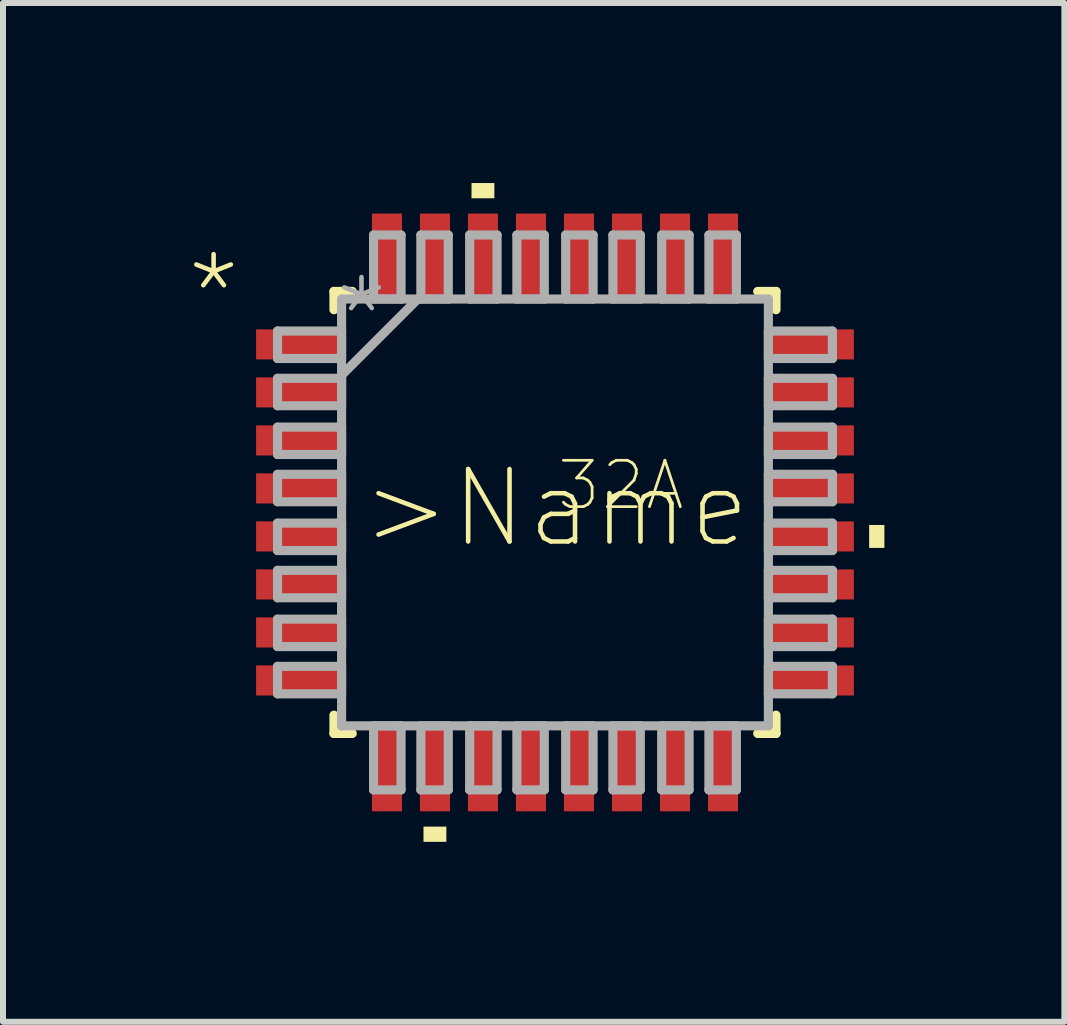
<source format=kicad_pcb>
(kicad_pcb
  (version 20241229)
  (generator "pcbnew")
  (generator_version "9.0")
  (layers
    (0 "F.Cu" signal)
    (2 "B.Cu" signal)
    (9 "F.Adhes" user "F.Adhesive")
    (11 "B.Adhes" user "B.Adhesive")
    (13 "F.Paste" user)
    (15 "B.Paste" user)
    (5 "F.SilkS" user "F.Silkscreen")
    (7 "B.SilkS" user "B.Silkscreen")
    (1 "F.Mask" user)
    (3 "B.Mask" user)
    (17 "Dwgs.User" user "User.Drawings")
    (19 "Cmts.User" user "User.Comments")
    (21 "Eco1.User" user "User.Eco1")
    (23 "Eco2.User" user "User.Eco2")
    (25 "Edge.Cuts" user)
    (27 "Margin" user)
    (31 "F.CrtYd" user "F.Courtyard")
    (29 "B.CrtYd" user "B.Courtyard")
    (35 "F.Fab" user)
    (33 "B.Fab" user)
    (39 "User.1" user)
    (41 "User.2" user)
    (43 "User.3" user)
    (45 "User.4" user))
  (footprint "32A"
    (layer "F.Cu")
    (at 6.198 5.489)
    (property "Reference" "32A" (at 0 0 180) (layer "F.SilkS") (effects (font (size 0.772 0.772) (thickness 0.046)) (justify left bottom)))
    (attr through_hole)
    (fp_line (start -3.683 -3.683) (end -3.683 -3.378) (stroke (width 0.152) (type solid)) (layer "F.SilkS"))
    (fp_line (start -3.683 3.378) (end -3.683 3.683) (stroke (width 0.152) (type solid)) (layer "F.SilkS"))
    (fp_line (start -3.683 3.683) (end -3.378 3.683) (stroke (width 0.152) (type solid)) (layer "F.SilkS"))
    (fp_line (start -3.378 -3.683) (end -3.683 -3.683) (stroke (width 0.152) (type solid)) (layer "F.SilkS"))
    (fp_line (start 3.378 3.683) (end 3.683 3.683) (stroke (width 0.152) (type solid)) (layer "F.SilkS"))
    (fp_line (start 3.683 -3.683) (end 3.378 -3.683) (stroke (width 0.152) (type solid)) (layer "F.SilkS"))
    (fp_line (start 3.683 -3.378) (end 3.683 -3.683) (stroke (width 0.152) (type solid)) (layer "F.SilkS"))
    (fp_line (start 3.683 3.683) (end 3.683 3.378) (stroke (width 0.152) (type solid)) (layer "F.SilkS"))
    (fp_poly (pts (xy -2.191 5.235) (xy -2.191 5.489) (xy -1.81 5.489) (xy -1.81 5.235)) (stroke (width 0) (type solid)) (fill yes) (layer "F.SilkS"))
    (fp_poly (pts (xy -1.391 -5.235) (xy -1.391 -5.489) (xy -1.01 -5.489) (xy -1.01 -5.235)) (stroke (width 0) (type solid)) (fill yes) (layer "F.SilkS"))
    (fp_poly (pts (xy 5.489 0.209) (xy 5.489 0.591) (xy 5.235 0.591) (xy 5.235 0.209)) (stroke (width 0) (type solid)) (fill yes) (layer "F.SilkS"))
    (fp_line (start -4.623 -3.023) (end -4.623 -2.565) (stroke (width 0.152) (type solid)) (layer "F.Fab"))
    (fp_line (start -4.623 -2.565) (end -3.556 -2.565) (stroke (width 0.152) (type solid)) (layer "F.Fab"))
    (fp_line (start -4.623 -2.235) (end -4.623 -1.778) (stroke (width 0.152) (type solid)) (layer "F.Fab"))
    (fp_line (start -4.623 -1.778) (end -3.556 -1.778) (stroke (width 0.152) (type solid)) (layer "F.Fab"))
    (fp_line (start -4.623 -1.422) (end -4.623 -0.965) (stroke (width 0.152) (type solid)) (layer "F.Fab"))
    (fp_line (start -4.623 -0.965) (end -3.556 -0.965) (stroke (width 0.152) (type solid)) (layer "F.Fab"))
    (fp_line (start -4.623 -0.635) (end -4.623 -0.178) (stroke (width 0.152) (type solid)) (layer "F.Fab"))
    (fp_line (start -4.623 -0.178) (end -3.556 -0.178) (stroke (width 0.152) (type solid)) (layer "F.Fab"))
    (fp_line (start -4.623 0.178) (end -4.623 0.635) (stroke (width 0.152) (type solid)) (layer "F.Fab"))
    (fp_line (start -4.623 0.635) (end -3.556 0.635) (stroke (width 0.152) (type solid)) (layer "F.Fab"))
    (fp_line (start -4.623 0.965) (end -4.623 1.422) (stroke (width 0.152) (type solid)) (layer "F.Fab"))
    (fp_line (start -4.623 1.422) (end -3.556 1.422) (stroke (width 0.152) (type solid)) (layer "F.Fab"))
    (fp_line (start -4.623 1.778) (end -4.623 2.235) (stroke (width 0.152) (type solid)) (layer "F.Fab"))
    (fp_line (start -4.623 2.235) (end -3.556 2.235) (stroke (width 0.152) (type solid)) (layer "F.Fab"))
    (fp_line (start -4.623 2.565) (end -4.623 3.023) (stroke (width 0.152) (type solid)) (layer "F.Fab"))
    (fp_line (start -4.623 3.023) (end -3.556 3.023) (stroke (width 0.152) (type solid)) (layer "F.Fab"))
    (fp_line (start -3.556 -3.556) (end -3.556 3.556) (stroke (width 0.152) (type solid)) (layer "F.Fab"))
    (fp_line (start -3.556 -3.023) (end -4.623 -3.023) (stroke (width 0.152) (type solid)) (layer "F.Fab"))
    (fp_line (start -3.556 -2.565) (end -3.556 -3.023) (stroke (width 0.152) (type solid)) (layer "F.Fab"))
    (fp_line (start -3.556 -2.286) (end -2.286 -3.556) (stroke (width 0.152) (type solid)) (layer "F.Fab"))
    (fp_line (start -3.556 -2.235) (end -4.623 -2.235) (stroke (width 0.152) (type solid)) (layer "F.Fab"))
    (fp_line (start -3.556 -1.778) (end -3.556 -2.235) (stroke (width 0.152) (type solid)) (layer "F.Fab"))
    (fp_line (start -3.556 -1.422) (end -4.623 -1.422) (stroke (width 0.152) (type solid)) (layer "F.Fab"))
    (fp_line (start -3.556 -0.965) (end -3.556 -1.422) (stroke (width 0.152) (type solid)) (layer "F.Fab"))
    (fp_line (start -3.556 -0.635) (end -4.623 -0.635) (stroke (width 0.152) (type solid)) (layer "F.Fab"))
    (fp_line (start -3.556 -0.178) (end -3.556 -0.635) (stroke (width 0.152) (type solid)) (layer "F.Fab"))
    (fp_line (start -3.556 0.178) (end -4.623 0.178) (stroke (width 0.152) (type solid)) (layer "F.Fab"))
    (fp_line (start -3.556 0.635) (end -3.556 0.178) (stroke (width 0.152) (type solid)) (layer "F.Fab"))
    (fp_line (start -3.556 0.965) (end -4.623 0.965) (stroke (width 0.152) (type solid)) (layer "F.Fab"))
    (fp_line (start -3.556 1.422) (end -3.556 0.965) (stroke (width 0.152) (type solid)) (layer "F.Fab"))
    (fp_line (start -3.556 1.778) (end -4.623 1.778) (stroke (width 0.152) (type solid)) (layer "F.Fab"))
    (fp_line (start -3.556 2.235) (end -3.556 1.778) (stroke (width 0.152) (type solid)) (layer "F.Fab"))
    (fp_line (start -3.556 2.565) (end -4.623 2.565) (stroke (width 0.152) (type solid)) (layer "F.Fab"))
    (fp_line (start -3.556 3.023) (end -3.556 2.565) (stroke (width 0.152) (type solid)) (layer "F.Fab"))
    (fp_line (start -3.556 3.556) (end 3.556 3.556) (stroke (width 0.152) (type solid)) (layer "F.Fab"))
    (fp_line (start -3.023 -4.623) (end -3.023 -3.556) (stroke (width 0.152) (type solid)) (layer "F.Fab"))
    (fp_line (start -3.023 -3.556) (end -2.565 -3.556) (stroke (width 0.152) (type solid)) (layer "F.Fab"))
    (fp_line (start -3.023 3.556) (end -3.023 4.623) (stroke (width 0.152) (type solid)) (layer "F.Fab"))
    (fp_line (start -3.023 4.623) (end -2.565 4.623) (stroke (width 0.152) (type solid)) (layer "F.Fab"))
    (fp_line (start -2.565 -4.623) (end -3.023 -4.623) (stroke (width 0.152) (type solid)) (layer "F.Fab"))
    (fp_line (start -2.565 -3.556) (end -2.565 -4.623) (stroke (width 0.152) (type solid)) (layer "F.Fab"))
    (fp_line (start -2.565 3.556) (end -3.023 3.556) (stroke (width 0.152) (type solid)) (layer "F.Fab"))
    (fp_line (start -2.565 4.623) (end -2.565 3.556) (stroke (width 0.152) (type solid)) (layer "F.Fab"))
    (fp_line (start -2.235 -4.623) (end -2.235 -3.556) (stroke (width 0.152) (type solid)) (layer "F.Fab"))
    (fp_line (start -2.235 -3.556) (end -1.778 -3.556) (stroke (width 0.152) (type solid)) (layer "F.Fab"))
    (fp_line (start -2.235 3.556) (end -2.235 4.623) (stroke (width 0.152) (type solid)) (layer "F.Fab"))
    (fp_line (start -2.235 4.623) (end -1.778 4.623) (stroke (width 0.152) (type solid)) (layer "F.Fab"))
    (fp_line (start -1.778 -4.623) (end -2.235 -4.623) (stroke (width 0.152) (type solid)) (layer "F.Fab"))
    (fp_line (start -1.778 -3.556) (end -1.778 -4.623) (stroke (width 0.152) (type solid)) (layer "F.Fab"))
    (fp_line (start -1.778 3.556) (end -2.235 3.556) (stroke (width 0.152) (type solid)) (layer "F.Fab"))
    (fp_line (start -1.778 4.623) (end -1.778 3.556) (stroke (width 0.152) (type solid)) (layer "F.Fab"))
    (fp_line (start -1.422 -4.623) (end -1.422 -3.556) (stroke (width 0.152) (type solid)) (layer "F.Fab"))
    (fp_line (start -1.422 -3.556) (end -0.965 -3.556) (stroke (width 0.152) (type solid)) (layer "F.Fab"))
    (fp_line (start -1.422 3.556) (end -1.422 4.623) (stroke (width 0.152) (type solid)) (layer "F.Fab"))
    (fp_line (start -1.422 4.623) (end -0.965 4.623) (stroke (width 0.152) (type solid)) (layer "F.Fab"))
    (fp_line (start -0.965 -4.623) (end -1.422 -4.623) (stroke (width 0.152) (type solid)) (layer "F.Fab"))
    (fp_line (start -0.965 -3.556) (end -0.965 -4.623) (stroke (width 0.152) (type solid)) (layer "F.Fab"))
    (fp_line (start -0.965 3.556) (end -1.422 3.556) (stroke (width 0.152) (type solid)) (layer "F.Fab"))
    (fp_line (start -0.965 4.623) (end -0.965 3.556) (stroke (width 0.152) (type solid)) (layer "F.Fab"))
    (fp_line (start -0.635 -4.623) (end -0.635 -3.556) (stroke (width 0.152) (type solid)) (layer "F.Fab"))
    (fp_line (start -0.635 -3.556) (end -0.178 -3.556) (stroke (width 0.152) (type solid)) (layer "F.Fab"))
    (fp_line (start -0.635 3.556) (end -0.635 4.623) (stroke (width 0.152) (type solid)) (layer "F.Fab"))
    (fp_line (start -0.635 4.623) (end -0.178 4.623) (stroke (width 0.152) (type solid)) (layer "F.Fab"))
    (fp_line (start -0.178 -4.623) (end -0.635 -4.623) (stroke (width 0.152) (type solid)) (layer "F.Fab"))
    (fp_line (start -0.178 -3.556) (end -0.178 -4.623) (stroke (width 0.152) (type solid)) (layer "F.Fab"))
    (fp_line (start -0.178 3.556) (end -0.635 3.556) (stroke (width 0.152) (type solid)) (layer "F.Fab"))
    (fp_line (start -0.178 4.623) (end -0.178 3.556) (stroke (width 0.152) (type solid)) (layer "F.Fab"))
    (fp_line (start 0.178 -4.623) (end 0.178 -3.556) (stroke (width 0.152) (type solid)) (layer "F.Fab"))
    (fp_line (start 0.178 -3.556) (end 0.635 -3.556) (stroke (width 0.152) (type solid)) (layer "F.Fab"))
    (fp_line (start 0.178 3.556) (end 0.178 4.623) (stroke (width 0.152) (type solid)) (layer "F.Fab"))
    (fp_line (start 0.178 4.623) (end 0.635 4.623) (stroke (width 0.152) (type solid)) (layer "F.Fab"))
    (fp_line (start 0.635 -4.623) (end 0.178 -4.623) (stroke (width 0.152) (type solid)) (layer "F.Fab"))
    (fp_line (start 0.635 -3.556) (end 0.635 -4.623) (stroke (width 0.152) (type solid)) (layer "F.Fab"))
    (fp_line (start 0.635 3.556) (end 0.178 3.556) (stroke (width 0.152) (type solid)) (layer "F.Fab"))
    (fp_line (start 0.635 4.623) (end 0.635 3.556) (stroke (width 0.152) (type solid)) (layer "F.Fab"))
    (fp_line (start 0.965 -4.623) (end 0.965 -3.556) (stroke (width 0.152) (type solid)) (layer "F.Fab"))
    (fp_line (start 0.965 -3.556) (end 1.422 -3.556) (stroke (width 0.152) (type solid)) (layer "F.Fab"))
    (fp_line (start 0.965 3.556) (end 0.965 4.623) (stroke (width 0.152) (type solid)) (layer "F.Fab"))
    (fp_line (start 0.965 4.623) (end 1.422 4.623) (stroke (width 0.152) (type solid)) (layer "F.Fab"))
    (fp_line (start 1.422 -4.623) (end 0.965 -4.623) (stroke (width 0.152) (type solid)) (layer "F.Fab"))
    (fp_line (start 1.422 -3.556) (end 1.422 -4.623) (stroke (width 0.152) (type solid)) (layer "F.Fab"))
    (fp_line (start 1.422 3.556) (end 0.965 3.556) (stroke (width 0.152) (type solid)) (layer "F.Fab"))
    (fp_line (start 1.422 4.623) (end 1.422 3.556) (stroke (width 0.152) (type solid)) (layer "F.Fab"))
    (fp_line (start 1.778 -4.623) (end 1.778 -3.556) (stroke (width 0.152) (type solid)) (layer "F.Fab"))
    (fp_line (start 1.778 -3.556) (end 2.235 -3.556) (stroke (width 0.152) (type solid)) (layer "F.Fab"))
    (fp_line (start 1.778 3.556) (end 1.778 4.623) (stroke (width 0.152) (type solid)) (layer "F.Fab"))
    (fp_line (start 1.778 4.623) (end 2.235 4.623) (stroke (width 0.152) (type solid)) (layer "F.Fab"))
    (fp_line (start 2.235 -4.623) (end 1.778 -4.623) (stroke (width 0.152) (type solid)) (layer "F.Fab"))
    (fp_line (start 2.235 -3.556) (end 2.235 -4.623) (stroke (width 0.152) (type solid)) (layer "F.Fab"))
    (fp_line (start 2.235 3.556) (end 1.778 3.556) (stroke (width 0.152) (type solid)) (layer "F.Fab"))
    (fp_line (start 2.235 4.623) (end 2.235 3.556) (stroke (width 0.152) (type solid)) (layer "F.Fab"))
    (fp_line (start 2.565 -4.623) (end 2.565 -3.556) (stroke (width 0.152) (type solid)) (layer "F.Fab"))
    (fp_line (start 2.565 -3.556) (end 3.023 -3.556) (stroke (width 0.152) (type solid)) (layer "F.Fab"))
    (fp_line (start 2.565 3.556) (end 2.565 4.623) (stroke (width 0.152) (type solid)) (layer "F.Fab"))
    (fp_line (start 2.565 4.623) (end 3.023 4.623) (stroke (width 0.152) (type solid)) (layer "F.Fab"))
    (fp_line (start 3.023 -4.623) (end 2.565 -4.623) (stroke (width 0.152) (type solid)) (layer "F.Fab"))
    (fp_line (start 3.023 -3.556) (end 3.023 -4.623) (stroke (width 0.152) (type solid)) (layer "F.Fab"))
    (fp_line (start 3.023 3.556) (end 2.565 3.556) (stroke (width 0.152) (type solid)) (layer "F.Fab"))
    (fp_line (start 3.023 4.623) (end 3.023 3.556) (stroke (width 0.152) (type solid)) (layer "F.Fab"))
    (fp_line (start 3.556 -3.556) (end -3.556 -3.556) (stroke (width 0.152) (type solid)) (layer "F.Fab"))
    (fp_line (start 3.556 -3.023) (end 3.556 -2.565) (stroke (width 0.152) (type solid)) (layer "F.Fab"))
    (fp_line (start 3.556 -2.565) (end 4.623 -2.565) (stroke (width 0.152) (type solid)) (layer "F.Fab"))
    (fp_line (start 3.556 -2.235) (end 3.556 -1.778) (stroke (width 0.152) (type solid)) (layer "F.Fab"))
    (fp_line (start 3.556 -1.778) (end 4.623 -1.778) (stroke (width 0.152) (type solid)) (layer "F.Fab"))
    (fp_line (start 3.556 -1.422) (end 3.556 -0.965) (stroke (width 0.152) (type solid)) (layer "F.Fab"))
    (fp_line (start 3.556 -0.965) (end 4.623 -0.965) (stroke (width 0.152) (type solid)) (layer "F.Fab"))
    (fp_line (start 3.556 -0.635) (end 3.556 -0.178) (stroke (width 0.152) (type solid)) (layer "F.Fab"))
    (fp_line (start 3.556 -0.178) (end 4.623 -0.178) (stroke (width 0.152) (type solid)) (layer "F.Fab"))
    (fp_line (start 3.556 0.178) (end 3.556 0.635) (stroke (width 0.152) (type solid)) (layer "F.Fab"))
    (fp_line (start 3.556 0.635) (end 4.623 0.635) (stroke (width 0.152) (type solid)) (layer "F.Fab"))
    (fp_line (start 3.556 0.965) (end 3.556 1.422) (stroke (width 0.152) (type solid)) (layer "F.Fab"))
    (fp_line (start 3.556 1.422) (end 4.623 1.422) (stroke (width 0.152) (type solid)) (layer "F.Fab"))
    (fp_line (start 3.556 1.778) (end 3.556 2.235) (stroke (width 0.152) (type solid)) (layer "F.Fab"))
    (fp_line (start 3.556 2.235) (end 4.623 2.235) (stroke (width 0.152) (type solid)) (layer "F.Fab"))
    (fp_line (start 3.556 2.565) (end 3.556 3.023) (stroke (width 0.152) (type solid)) (layer "F.Fab"))
    (fp_line (start 3.556 3.023) (end 4.623 3.023) (stroke (width 0.152) (type solid)) (layer "F.Fab"))
    (fp_line (start 3.556 3.556) (end 3.556 -3.556) (stroke (width 0.152) (type solid)) (layer "F.Fab"))
    (fp_line (start 4.623 -3.023) (end 3.556 -3.023) (stroke (width 0.152) (type solid)) (layer "F.Fab"))
    (fp_line (start 4.623 -2.565) (end 4.623 -3.023) (stroke (width 0.152) (type solid)) (layer "F.Fab"))
    (fp_line (start 4.623 -2.235) (end 3.556 -2.235) (stroke (width 0.152) (type solid)) (layer "F.Fab"))
    (fp_line (start 4.623 -1.778) (end 4.623 -2.235) (stroke (width 0.152) (type solid)) (layer "F.Fab"))
    (fp_line (start 4.623 -1.422) (end 3.556 -1.422) (stroke (width 0.152) (type solid)) (layer "F.Fab"))
    (fp_line (start 4.623 -0.965) (end 4.623 -1.422) (stroke (width 0.152) (type solid)) (layer "F.Fab"))
    (fp_line (start 4.623 -0.635) (end 3.556 -0.635) (stroke (width 0.152) (type solid)) (layer "F.Fab"))
    (fp_line (start 4.623 -0.178) (end 4.623 -0.635) (stroke (width 0.152) (type solid)) (layer "F.Fab"))
    (fp_line (start 4.623 0.178) (end 3.556 0.178) (stroke (width 0.152) (type solid)) (layer "F.Fab"))
    (fp_line (start 4.623 0.635) (end 4.623 0.178) (stroke (width 0.152) (type solid)) (layer "F.Fab"))
    (fp_line (start 4.623 0.965) (end 3.556 0.965) (stroke (width 0.152) (type solid)) (layer "F.Fab"))
    (fp_line (start 4.623 1.422) (end 4.623 0.965) (stroke (width 0.152) (type solid)) (layer "F.Fab"))
    (fp_line (start 4.623 1.778) (end 3.556 1.778) (stroke (width 0.152) (type solid)) (layer "F.Fab"))
    (fp_line (start 4.623 2.235) (end 4.623 1.778) (stroke (width 0.152) (type solid)) (layer "F.Fab"))
    (fp_line (start 4.623 2.565) (end 3.556 2.565) (stroke (width 0.152) (type solid)) (layer "F.Fab"))
    (fp_line (start 4.623 3.023) (end 4.623 2.565) (stroke (width 0.152) (type solid)) (layer "F.Fab"))
    (fp_text user ">Name" (at -3.277 0.635 0) (layer "F.SilkS") (effects (font (size 1.206 1.206) (thickness 0.076)) (justify left bottom)))
    (fp_text user "*" (at -6.198 -2.946 0) (layer "F.SilkS") (effects (font (size 1.206 1.206) (thickness 0.076)) (justify left bottom)))
    (fp_text user "*" (at -3.734 -2.565 0) (layer "F.Fab") (effects (font (size 1.206 1.206) (thickness 0.076)) (justify left bottom)))
    (pad "1" smd rect (at -4.25 -2.8 270) (size 0.501 1.461) (layers "F.Cu" "F.Mask" "F.Paste"))
    (pad "2" smd rect (at -4.25 -2 270) (size 0.501 1.461) (layers "F.Cu" "F.Mask" "F.Paste"))
    (pad "3" smd rect (at -4.25 -1.2 270) (size 0.501 1.461) (layers "F.Cu" "F.Mask" "F.Paste"))
    (pad "4" smd rect (at -4.25 -0.4 270) (size 0.501 1.461) (layers "F.Cu" "F.Mask" "F.Paste"))
    (pad "5" smd rect (at -4.25 0.4 270) (size 0.501 1.461) (layers "F.Cu" "F.Mask" "F.Paste"))
    (pad "6" smd rect (at -4.25 1.2 270) (size 0.501 1.461) (layers "F.Cu" "F.Mask" "F.Paste"))
    (pad "7" smd rect (at -4.25 2 270) (size 0.501 1.461) (layers "F.Cu" "F.Mask" "F.Paste"))
    (pad "8" smd rect (at -4.25 2.8 270) (size 0.501 1.461) (layers "F.Cu" "F.Mask" "F.Paste"))
    (pad "9" smd rect (at -2.8 4.25 180) (size 0.501 1.461) (layers "F.Cu" "F.Mask" "F.Paste"))
    (pad "10" smd rect (at -2 4.25 180) (size 0.501 1.461) (layers "F.Cu" "F.Mask" "F.Paste"))
    (pad "11" smd rect (at -1.2 4.25 180) (size 0.501 1.461) (layers "F.Cu" "F.Mask" "F.Paste"))
    (pad "12" smd rect (at -0.4 4.25 180) (size 0.501 1.461) (layers "F.Cu" "F.Mask" "F.Paste"))
    (pad "13" smd rect (at 0.4 4.25 180) (size 0.501 1.461) (layers "F.Cu" "F.Mask" "F.Paste"))
    (pad "14" smd rect (at 1.2 4.25 180) (size 0.501 1.461) (layers "F.Cu" "F.Mask" "F.Paste"))
    (pad "15" smd rect (at 2 4.25 180) (size 0.501 1.461) (layers "F.Cu" "F.Mask" "F.Paste"))
    (pad "16" smd rect (at 2.8 4.25 180) (size 0.501 1.461) (layers "F.Cu" "F.Mask" "F.Paste"))
    (pad "17" smd rect (at 4.25 2.8 270) (size 0.501 1.461) (layers "F.Cu" "F.Mask" "F.Paste"))
    (pad "18" smd rect (at 4.25 2 270) (size 0.501 1.461) (layers "F.Cu" "F.Mask" "F.Paste"))
    (pad "19" smd rect (at 4.25 1.2 270) (size 0.501 1.461) (layers "F.Cu" "F.Mask" "F.Paste"))
    (pad "20" smd rect (at 4.25 0.4 270) (size 0.501 1.461) (layers "F.Cu" "F.Mask" "F.Paste"))
    (pad "21" smd rect (at 4.25 -0.4 270) (size 0.501 1.461) (layers "F.Cu" "F.Mask" "F.Paste"))
    (pad "22" smd rect (at 4.25 -1.2 270) (size 0.501 1.461) (layers "F.Cu" "F.Mask" "F.Paste"))
    (pad "23" smd rect (at 4.25 -2 270) (size 0.501 1.461) (layers "F.Cu" "F.Mask" "F.Paste"))
    (pad "24" smd rect (at 4.25 -2.8 270) (size 0.501 1.461) (layers "F.Cu" "F.Mask" "F.Paste"))
    (pad "25" smd rect (at 2.8 -4.25 180) (size 0.501 1.461) (layers "F.Cu" "F.Mask" "F.Paste"))
    (pad "26" smd rect (at 2 -4.25 180) (size 0.501 1.461) (layers "F.Cu" "F.Mask" "F.Paste"))
    (pad "27" smd rect (at 1.2 -4.25 180) (size 0.501 1.461) (layers "F.Cu" "F.Mask" "F.Paste"))
    (pad "28" smd rect (at 0.4 -4.25 180) (size 0.501 1.461) (layers "F.Cu" "F.Mask" "F.Paste"))
    (pad "29" smd rect (at -0.4 -4.25 180) (size 0.501 1.461) (layers "F.Cu" "F.Mask" "F.Paste"))
    (pad "30" smd rect (at -1.2 -4.25 180) (size 0.501 1.461) (layers "F.Cu" "F.Mask" "F.Paste"))
    (pad "31" smd rect (at -2 -4.25 180) (size 0.501 1.461) (layers "F.Cu" "F.Mask" "F.Paste"))
    (pad "32" smd rect (at -2.8 -4.25 180) (size 0.501 1.461) (layers "F.Cu" "F.Mask" "F.Paste")))
  (gr_rect
    (start -3 -3)
    (end 14.686 13.977)
    (stroke (width 0.1) (type default))
    (fill no)
    (layer "Edge.Cuts")))
</source>
